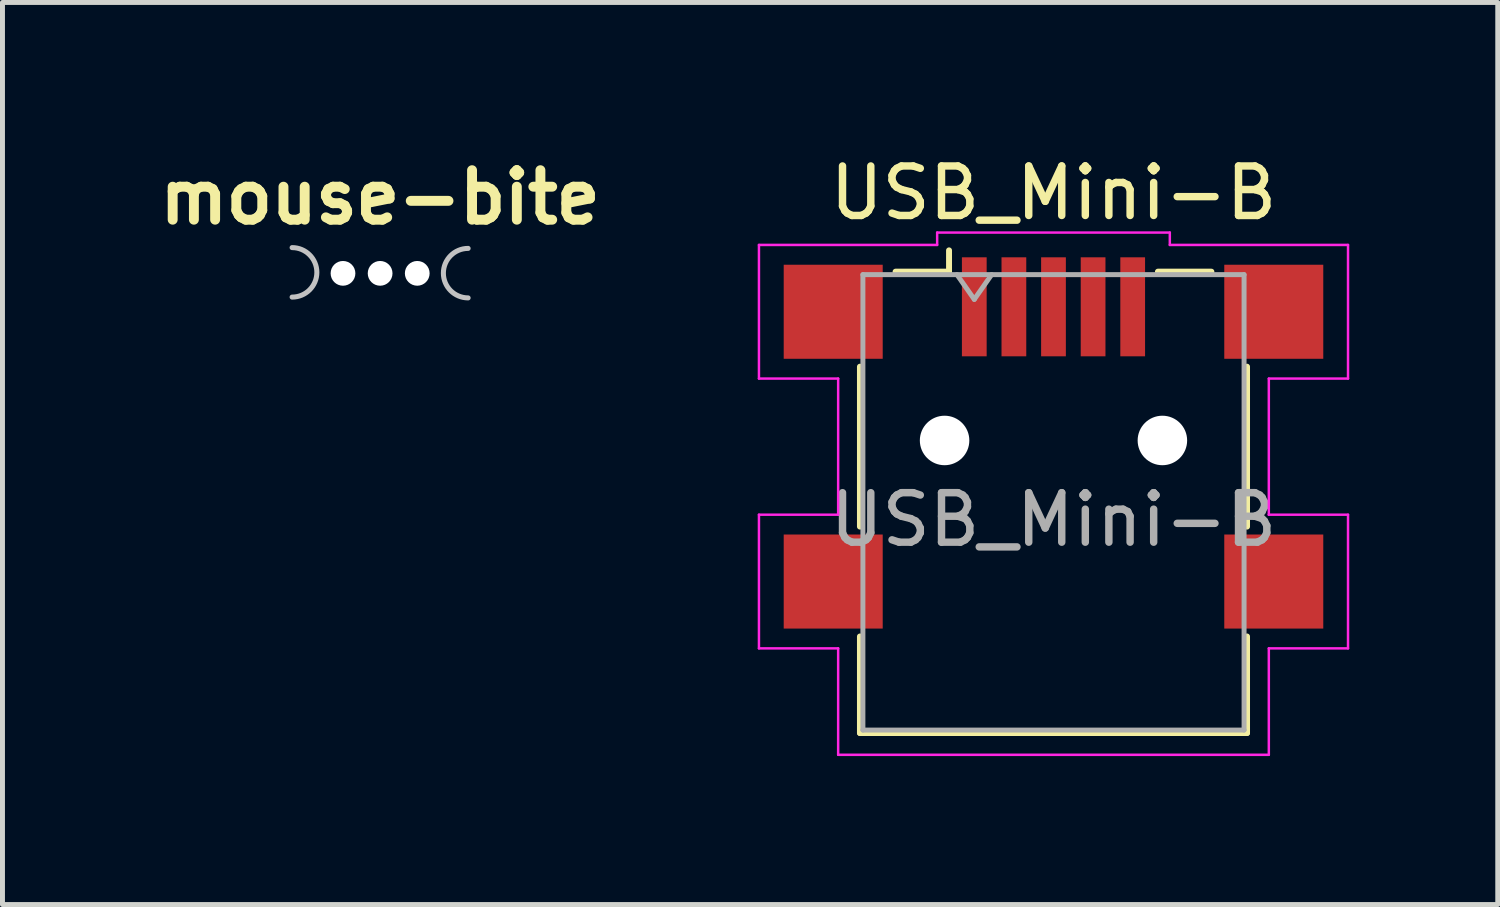
<source format=kicad_pcb>
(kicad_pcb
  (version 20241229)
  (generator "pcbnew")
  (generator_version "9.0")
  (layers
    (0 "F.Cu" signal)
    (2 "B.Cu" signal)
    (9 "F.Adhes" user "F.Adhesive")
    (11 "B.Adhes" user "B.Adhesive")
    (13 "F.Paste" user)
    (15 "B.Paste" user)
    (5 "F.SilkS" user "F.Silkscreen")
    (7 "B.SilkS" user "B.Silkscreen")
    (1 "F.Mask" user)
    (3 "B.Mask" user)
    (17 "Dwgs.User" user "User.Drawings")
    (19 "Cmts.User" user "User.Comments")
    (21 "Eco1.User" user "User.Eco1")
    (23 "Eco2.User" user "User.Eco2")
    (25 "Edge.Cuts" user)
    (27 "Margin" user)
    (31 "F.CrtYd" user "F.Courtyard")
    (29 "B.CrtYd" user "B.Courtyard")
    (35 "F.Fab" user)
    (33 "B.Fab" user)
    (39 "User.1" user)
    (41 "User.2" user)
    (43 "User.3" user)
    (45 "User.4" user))
  (footprint "USB_Mini-B"
    (layer "F.Cu")
    (at 18.232 5.848)
    (property "Reference" "USB_Mini-B" (at 0 -5 0) (layer "F.SilkS") (effects (font (size 1 1) (thickness 0.15))))
    (attr smd)
    (fp_line (start -3.91 1.74) (end -3.91 -1.49) (stroke (width 0.12) (type solid)) (layer "F.SilkS"))
    (fp_line (start -3.91 5.91) (end -3.91 3.96) (stroke (width 0.12) (type solid)) (layer "F.SilkS"))
    (fp_line (start -3.19 -3.41) (end -2.11 -3.41) (stroke (width 0.12) (type solid)) (layer "F.SilkS"))
    (fp_line (start -2.11 -3.41) (end -2.11 -3.84) (stroke (width 0.12) (type solid)) (layer "F.SilkS"))
    (fp_line (start 2.11 -3.41) (end 3.19 -3.41) (stroke (width 0.12) (type solid)) (layer "F.SilkS"))
    (fp_line (start 3.91 1.74) (end 3.91 -1.49) (stroke (width 0.12) (type solid)) (layer "F.SilkS"))
    (fp_line (start 3.91 5.91) (end -3.91 5.91) (stroke (width 0.12) (type solid)) (layer "F.SilkS"))
    (fp_line (start 3.91 5.91) (end 3.91 3.96) (stroke (width 0.12) (type solid)) (layer "F.SilkS"))
    (fp_line (start -5.95 -3.95) (end -5.95 -1.25) (stroke (width 0.05) (type solid)) (layer "F.CrtYd"))
    (fp_line (start -5.95 -3.95) (end -2.35 -3.95) (stroke (width 0.05) (type solid)) (layer "F.CrtYd"))
    (fp_line (start -5.95 1.5) (end -5.95 4.2) (stroke (width 0.05) (type solid)) (layer "F.CrtYd"))
    (fp_line (start -4.35 -1.25) (end -5.95 -1.25) (stroke (width 0.05) (type solid)) (layer "F.CrtYd"))
    (fp_line (start -4.35 -1.25) (end -4.35 1.5) (stroke (width 0.05) (type solid)) (layer "F.CrtYd"))
    (fp_line (start -4.35 1.5) (end -5.95 1.5) (stroke (width 0.05) (type solid)) (layer "F.CrtYd"))
    (fp_line (start -4.35 4.2) (end -5.95 4.2) (stroke (width 0.05) (type solid)) (layer "F.CrtYd"))
    (fp_line (start -4.35 6.35) (end -4.35 4.2) (stroke (width 0.05) (type solid)) (layer "F.CrtYd"))
    (fp_line (start -4.35 6.35) (end 4.35 6.35) (stroke (width 0.05) (type solid)) (layer "F.CrtYd"))
    (fp_line (start -2.35 -3.95) (end -2.35 -4.2) (stroke (width 0.05) (type solid)) (layer "F.CrtYd"))
    (fp_line (start 2.35 -4.2) (end -2.35 -4.2) (stroke (width 0.05) (type solid)) (layer "F.CrtYd"))
    (fp_line (start 2.35 -3.95) (end 2.35 -4.2) (stroke (width 0.05) (type solid)) (layer "F.CrtYd"))
    (fp_line (start 4.35 -1.25) (end 4.35 1.5) (stroke (width 0.05) (type solid)) (layer "F.CrtYd"))
    (fp_line (start 4.35 -1.25) (end 5.95 -1.25) (stroke (width 0.05) (type solid)) (layer "F.CrtYd"))
    (fp_line (start 4.35 1.5) (end 5.95 1.5) (stroke (width 0.05) (type solid)) (layer "F.CrtYd"))
    (fp_line (start 4.35 4.2) (end 5.95 4.2) (stroke (width 0.05) (type solid)) (layer "F.CrtYd"))
    (fp_line (start 4.35 6.35) (end 4.35 4.2) (stroke (width 0.05) (type solid)) (layer "F.CrtYd"))
    (fp_line (start 5.95 -3.95) (end 2.35 -3.95) (stroke (width 0.05) (type solid)) (layer "F.CrtYd"))
    (fp_line (start 5.95 -3.95) (end 5.95 -1.25) (stroke (width 0.05) (type solid)) (layer "F.CrtYd"))
    (fp_line (start 5.95 1.5) (end 5.95 4.2) (stroke (width 0.05) (type solid)) (layer "F.CrtYd"))
    (fp_line (start -3.85 -3.35) (end -3.85 5.85) (stroke (width 0.1) (type solid)) (layer "F.Fab"))
    (fp_line (start -3.85 -3.35) (end 3.85 -3.35) (stroke (width 0.1) (type solid)) (layer "F.Fab"))
    (fp_line (start -3.85 5.85) (end 3.85 5.85) (stroke (width 0.1) (type solid)) (layer "F.Fab"))
    (fp_line (start -1.95 -3.35) (end -1.6 -2.85) (stroke (width 0.1) (type solid)) (layer "F.Fab"))
    (fp_line (start -1.6 -2.85) (end -1.25 -3.35) (stroke (width 0.1) (type solid)) (layer "F.Fab"))
    (fp_line (start 3.85 5.85) (end 3.85 -3.35) (stroke (width 0.1) (type solid)) (layer "F.Fab"))
    (fp_text user "${REFERENCE}" (at 0 1.6 180) (layer "F.Fab") (effects (font (size 1 1) (thickness 0.15))))
    (pad "" np_thru_hole circle (at -2.2 0) (size 1 1) (drill 1) (layers "*.Cu" "*.Mask"))
    (pad "" np_thru_hole circle (at 2.2 0) (size 1 1) (drill 1) (layers "*.Cu" "*.Mask"))
    (pad "1" smd rect (at -1.6 -2.7) (size 0.5 2) (layers "F.Cu" "F.Mask" "F.Paste"))
    (pad "2" smd rect (at -0.8 -2.7) (size 0.5 2) (layers "F.Cu" "F.Mask" "F.Paste"))
    (pad "3" smd rect (at 0 -2.7) (size 0.5 2) (layers "F.Cu" "F.Mask" "F.Paste"))
    (pad "4" smd rect (at 0.8 -2.7) (size 0.5 2) (layers "F.Cu" "F.Mask" "F.Paste"))
    (pad "5" smd rect (at 1.6 -2.7) (size 0.5 2) (layers "F.Cu" "F.Mask" "F.Paste"))
    (pad "6" smd rect (at -4.45 -2.6) (size 2 1.9) (layers "F.Cu" "F.Mask" "F.Paste"))
    (pad "6" smd rect (at -4.45 2.85) (size 2 1.9) (layers "F.Cu" "F.Mask" "F.Paste"))
    (pad "6" smd rect (at 4.45 -2.6) (size 2 1.9) (layers "F.Cu" "F.Mask" "F.Paste"))
    (pad "6" smd rect (at 4.45 2.85) (size 2 1.9) (layers "F.Cu" "F.Mask" "F.Paste")))
  (footprint "mouse-bite"
    (layer "F.Cu")
    (at 4.629 2.46)
    (property "Reference" "mouse-bite" (at 0 -1.524 0) (layer "F.SilkS") (effects (font (size 1 1) (thickness 0.2))))
    (attr through_hole)
    (fp_arc (start -1.778 -0.508) (mid -1.278 -0.008) (end -1.778 0.492) (stroke (width 0.1016) (type solid)) (layer "Dwgs.User"))
    (fp_arc (start 1.778 0.508) (mid 1.278 0.008) (end 1.778 -0.492) (stroke (width 0.1016) (type solid)) (layer "Dwgs.User"))
    (pad "" np_thru_hole circle (at -0.75 0.012) (size 0.5 0.5) (drill 0.5) (layers "*.Cu" "*.Mask"))
    (pad "" np_thru_hole circle (at 0 0.012) (size 0.5 0.5) (drill 0.5) (layers "*.Cu" "*.Mask"))
    (pad "" np_thru_hole circle (at 0.75 0.012) (size 0.5 0.5) (drill 0.5) (layers "*.Cu" "*.Mask")))
  (gr_rect
    (start -3 -3)
    (end 27.207 15.223)
    (stroke (width 0.1) (type default))
    (fill no)
    (layer "Edge.Cuts")))
</source>
